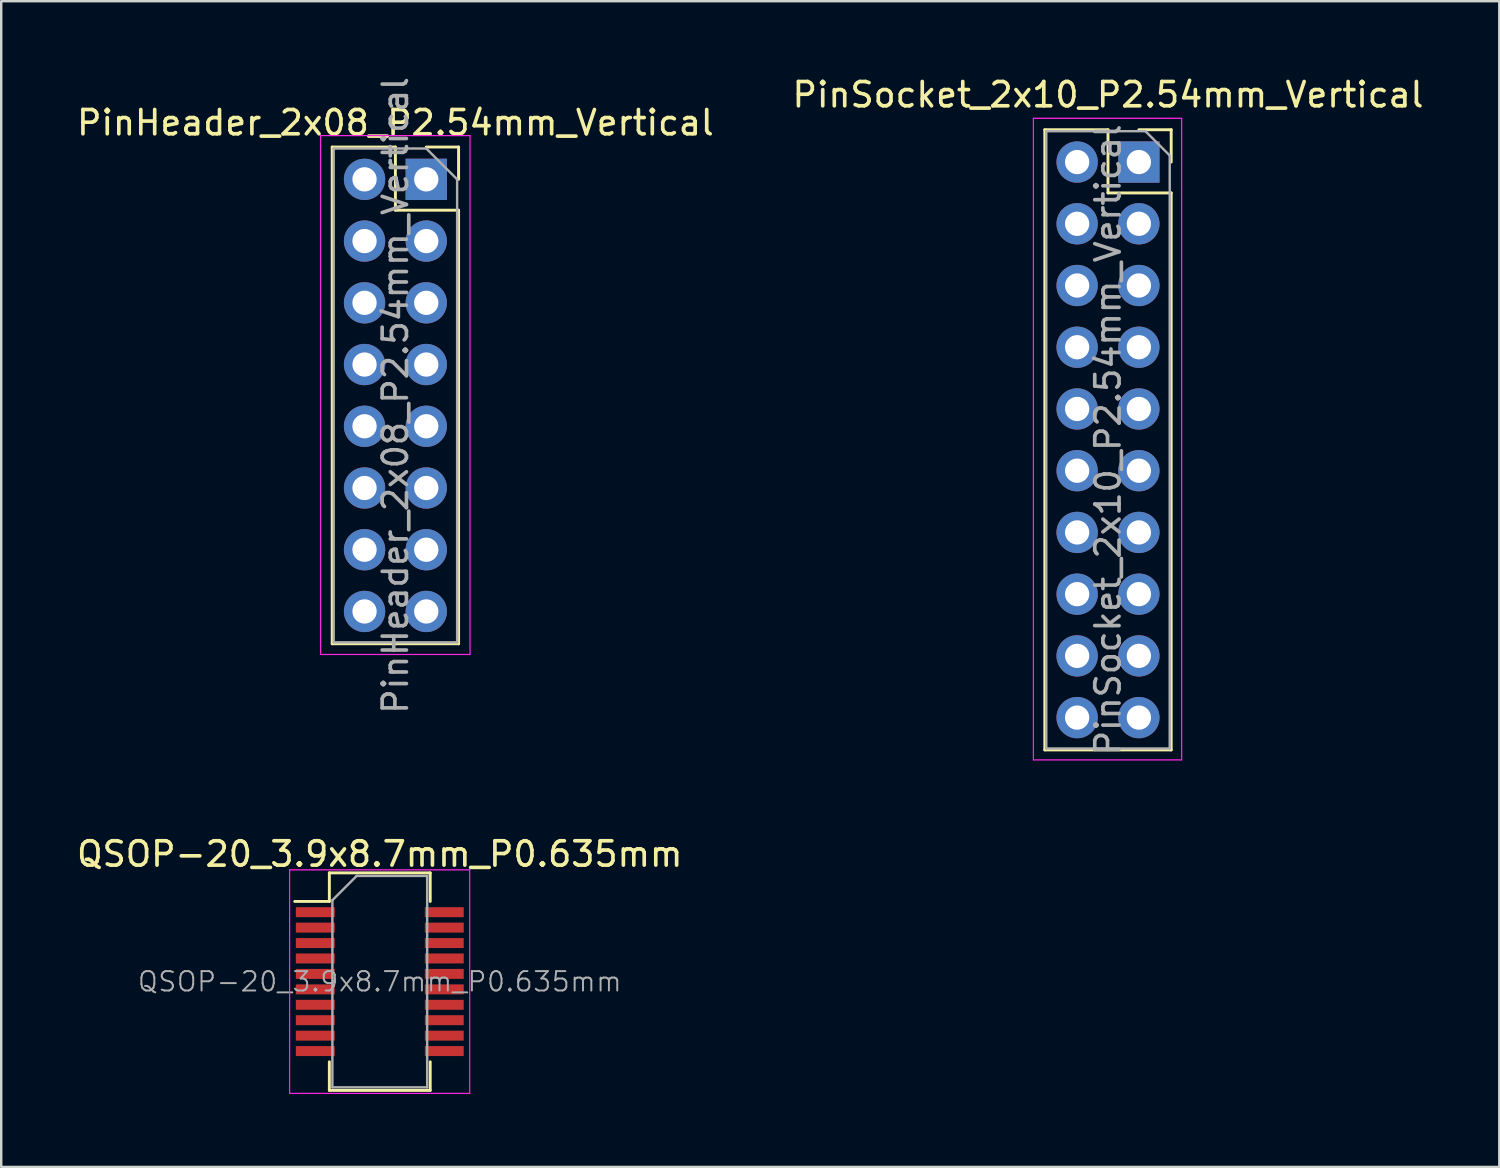
<source format=kicad_pcb>
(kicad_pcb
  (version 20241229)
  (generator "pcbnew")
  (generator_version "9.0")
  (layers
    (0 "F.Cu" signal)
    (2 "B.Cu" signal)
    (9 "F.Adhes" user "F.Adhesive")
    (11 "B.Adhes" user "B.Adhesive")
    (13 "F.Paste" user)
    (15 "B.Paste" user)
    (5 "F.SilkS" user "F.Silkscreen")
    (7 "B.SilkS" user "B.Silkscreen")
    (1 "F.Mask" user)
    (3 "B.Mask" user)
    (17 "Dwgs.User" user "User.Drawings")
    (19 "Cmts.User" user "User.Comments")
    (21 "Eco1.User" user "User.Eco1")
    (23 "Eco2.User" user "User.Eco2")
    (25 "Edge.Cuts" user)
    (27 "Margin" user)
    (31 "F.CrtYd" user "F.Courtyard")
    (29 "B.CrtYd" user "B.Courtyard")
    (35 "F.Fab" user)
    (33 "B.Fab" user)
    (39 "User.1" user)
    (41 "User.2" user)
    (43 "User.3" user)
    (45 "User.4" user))
  (footprint "PinHeader_2x08_P2.54mm_Vertical"
    (layer "F.Cu")
    (at 11.95 4.33)
    (property "Reference" "PinHeader_2x08_P2.54mm_Vertical" (at 1.27 -2.33 0) (layer "F.SilkS") (effects (font (size 1 1) (thickness 0.15))))
    (attr through_hole)
    (fp_line (start -1.33 -1.33) (end -1.33 19.11) (stroke (width 0.12) (type solid)) (layer "F.SilkS"))
    (fp_line (start 1.27 -1.33) (end -1.33 -1.33) (stroke (width 0.12) (type solid)) (layer "F.SilkS"))
    (fp_line (start 1.27 1.27) (end 1.27 -1.33) (stroke (width 0.12) (type solid)) (layer "F.SilkS"))
    (fp_line (start 3.87 -1.33) (end 2.54 -1.33) (stroke (width 0.12) (type solid)) (layer "F.SilkS"))
    (fp_line (start 3.87 0) (end 3.87 -1.33) (stroke (width 0.12) (type solid)) (layer "F.SilkS"))
    (fp_line (start 3.87 1.27) (end 1.27 1.27) (stroke (width 0.12) (type solid)) (layer "F.SilkS"))
    (fp_line (start 3.87 1.27) (end 3.87 19.11) (stroke (width 0.12) (type solid)) (layer "F.SilkS"))
    (fp_line (start 3.87 19.11) (end -1.33 19.11) (stroke (width 0.12) (type solid)) (layer "F.SilkS"))
    (fp_line (start -1.81 -1.8) (end 4.34 -1.8) (stroke (width 0.05) (type solid)) (layer "F.CrtYd"))
    (fp_line (start -1.81 19.55) (end -1.81 -1.8) (stroke (width 0.05) (type solid)) (layer "F.CrtYd"))
    (fp_line (start 4.34 -1.8) (end 4.34 19.55) (stroke (width 0.05) (type solid)) (layer "F.CrtYd"))
    (fp_line (start 4.34 19.55) (end -1.81 19.55) (stroke (width 0.05) (type solid)) (layer "F.CrtYd"))
    (fp_line (start -1.27 -1.27) (end -1.27 19.05) (stroke (width 0.1) (type solid)) (layer "F.Fab"))
    (fp_line (start -1.27 19.05) (end 3.81 19.05) (stroke (width 0.1) (type solid)) (layer "F.Fab"))
    (fp_line (start 2.54 -1.27) (end -1.27 -1.27) (stroke (width 0.1) (type solid)) (layer "F.Fab"))
    (fp_line (start 3.81 0) (end 2.54 -1.27) (stroke (width 0.1) (type solid)) (layer "F.Fab"))
    (fp_line (start 3.81 19.05) (end 3.81 0) (stroke (width 0.1) (type solid)) (layer "F.Fab"))
    (fp_text user "${REFERENCE}" (at 1.27 8.89 90) (layer "F.Fab") (effects (font (size 1 1) (thickness 0.15))))
    (pad "1" thru_hole rect (at 2.54 0) (size 1.7 1.7) (drill 1) (layers "*.Cu" "*.Mask"))
    (pad "2" thru_hole oval (at 0 0) (size 1.7 1.7) (drill 1) (layers "*.Cu" "*.Mask"))
    (pad "3" thru_hole oval (at 2.54 2.54) (size 1.7 1.7) (drill 1) (layers "*.Cu" "*.Mask"))
    (pad "4" thru_hole oval (at 0 2.54) (size 1.7 1.7) (drill 1) (layers "*.Cu" "*.Mask"))
    (pad "5" thru_hole oval (at 2.54 5.08) (size 1.7 1.7) (drill 1) (layers "*.Cu" "*.Mask"))
    (pad "6" thru_hole oval (at 0 5.08) (size 1.7 1.7) (drill 1) (layers "*.Cu" "*.Mask"))
    (pad "7" thru_hole oval (at 2.54 7.62) (size 1.7 1.7) (drill 1) (layers "*.Cu" "*.Mask"))
    (pad "8" thru_hole oval (at 0 7.62) (size 1.7 1.7) (drill 1) (layers "*.Cu" "*.Mask"))
    (pad "9" thru_hole oval (at 2.54 10.16) (size 1.7 1.7) (drill 1) (layers "*.Cu" "*.Mask"))
    (pad "10" thru_hole oval (at 0 10.16) (size 1.7 1.7) (drill 1) (layers "*.Cu" "*.Mask"))
    (pad "11" thru_hole oval (at 2.54 12.7) (size 1.7 1.7) (drill 1) (layers "*.Cu" "*.Mask"))
    (pad "12" thru_hole oval (at 0 12.7) (size 1.7 1.7) (drill 1) (layers "*.Cu" "*.Mask"))
    (pad "13" thru_hole oval (at 2.54 15.24) (size 1.7 1.7) (drill 1) (layers "*.Cu" "*.Mask"))
    (pad "14" thru_hole oval (at 0 15.24) (size 1.7 1.7) (drill 1) (layers "*.Cu" "*.Mask"))
    (pad "15" thru_hole oval (at 2.54 17.78) (size 1.7 1.7) (drill 1) (layers "*.Cu" "*.Mask"))
    (pad "16" thru_hole oval (at 0 17.78) (size 1.7 1.7) (drill 1) (layers "*.Cu" "*.Mask")))
  (footprint "QSOP-20_3.9x8.7mm_P0.635mm"
    (layer "F.Cu")
    (at 12.577 37.342)
    (property "Reference" "QSOP-20_3.9x8.7mm_P0.635mm" (at 0 -5.25 0) (layer "F.SilkS") (effects (font (size 1 1) (thickness 0.15))))
    (attr smd)
    (fp_line (start -3.5 -3.3) (end -2.075 -3.3) (stroke (width 0.12) (type solid)) (layer "F.SilkS"))
    (fp_line (start -2.075 -4.475) (end 2.075 -4.475) (stroke (width 0.12) (type solid)) (layer "F.SilkS"))
    (fp_line (start -2.075 -3.3) (end -2.075 -4.475) (stroke (width 0.12) (type solid)) (layer "F.SilkS"))
    (fp_line (start -2.075 3.3) (end -2.075 4.475) (stroke (width 0.12) (type solid)) (layer "F.SilkS"))
    (fp_line (start -2.075 4.475) (end 2.075 4.475) (stroke (width 0.12) (type solid)) (layer "F.SilkS"))
    (fp_line (start 2.075 -3.3) (end 2.075 -4.475) (stroke (width 0.12) (type solid)) (layer "F.SilkS"))
    (fp_line (start 2.075 3.3) (end 2.075 4.475) (stroke (width 0.12) (type solid)) (layer "F.SilkS"))
    (fp_line (start -3.71 -4.6) (end -3.71 4.6) (stroke (width 0.05) (type solid)) (layer "F.CrtYd"))
    (fp_line (start -3.71 -4.6) (end 3.7 -4.6) (stroke (width 0.05) (type solid)) (layer "F.CrtYd"))
    (fp_line (start -3.71 4.6) (end 3.7 4.6) (stroke (width 0.05) (type solid)) (layer "F.CrtYd"))
    (fp_line (start 3.7 -4.6) (end 3.7 4.6) (stroke (width 0.05) (type solid)) (layer "F.CrtYd"))
    (fp_line (start -1.95 -3.35) (end -0.95 -4.35) (stroke (width 0.1) (type solid)) (layer "F.Fab"))
    (fp_line (start -1.95 4.35) (end -1.95 -3.35) (stroke (width 0.1) (type solid)) (layer "F.Fab"))
    (fp_line (start -0.95 -4.35) (end 1.95 -4.35) (stroke (width 0.1) (type solid)) (layer "F.Fab"))
    (fp_line (start 1.95 -4.35) (end 1.95 4.35) (stroke (width 0.1) (type solid)) (layer "F.Fab"))
    (fp_line (start 1.95 4.35) (end -1.95 4.35) (stroke (width 0.1) (type solid)) (layer "F.Fab"))
    (fp_text user "${REFERENCE}" (at 0 0 0) (layer "F.Fab") (effects (font (size 0.8 0.8) (thickness 0.08))))
    (pad "1" smd rect (at -2.654 -2.857) (size 1.6 0.41) (layers "F.Cu" "F.Mask" "F.Paste"))
    (pad "2" smd rect (at -2.654 -2.223) (size 1.6 0.41) (layers "F.Cu" "F.Mask" "F.Paste"))
    (pad "3" smd rect (at -2.654 -1.587) (size 1.6 0.41) (layers "F.Cu" "F.Mask" "F.Paste"))
    (pad "4" smd rect (at -2.654 -0.953) (size 1.6 0.41) (layers "F.Cu" "F.Mask" "F.Paste"))
    (pad "5" smd rect (at -2.654 -0.318) (size 1.6 0.41) (layers "F.Cu" "F.Mask" "F.Paste"))
    (pad "6" smd rect (at -2.654 0.318) (size 1.6 0.41) (layers "F.Cu" "F.Mask" "F.Paste"))
    (pad "7" smd rect (at -2.654 0.953) (size 1.6 0.41) (layers "F.Cu" "F.Mask" "F.Paste"))
    (pad "8" smd rect (at -2.654 1.587) (size 1.6 0.41) (layers "F.Cu" "F.Mask" "F.Paste"))
    (pad "9" smd rect (at -2.654 2.223) (size 1.6 0.41) (layers "F.Cu" "F.Mask" "F.Paste"))
    (pad "10" smd rect (at -2.654 2.857) (size 1.6 0.41) (layers "F.Cu" "F.Mask" "F.Paste"))
    (pad "11" smd rect (at 2.654 2.857) (size 1.6 0.41) (layers "F.Cu" "F.Mask" "F.Paste"))
    (pad "12" smd rect (at 2.654 2.223) (size 1.6 0.41) (layers "F.Cu" "F.Mask" "F.Paste"))
    (pad "13" smd rect (at 2.654 1.587) (size 1.6 0.41) (layers "F.Cu" "F.Mask" "F.Paste"))
    (pad "14" smd rect (at 2.654 0.953) (size 1.6 0.41) (layers "F.Cu" "F.Mask" "F.Paste"))
    (pad "15" smd rect (at 2.654 0.318) (size 1.6 0.41) (layers "F.Cu" "F.Mask" "F.Paste"))
    (pad "16" smd rect (at 2.654 -0.318) (size 1.6 0.41) (layers "F.Cu" "F.Mask" "F.Paste"))
    (pad "17" smd rect (at 2.654 -0.953) (size 1.6 0.41) (layers "F.Cu" "F.Mask" "F.Paste"))
    (pad "18" smd rect (at 2.654 -1.587) (size 1.6 0.41) (layers "F.Cu" "F.Mask" "F.Paste"))
    (pad "19" smd rect (at 2.654 -2.223) (size 1.6 0.41) (layers "F.Cu" "F.Mask" "F.Paste"))
    (pad "20" smd rect (at 2.654 -2.857) (size 1.6 0.41) (layers "F.Cu" "F.Mask" "F.Paste")))
  (footprint "PinSocket_2x10_P2.54mm_Vertical"
    (layer "F.Cu")
    (at 43.812 3.618)
    (property "Reference" "PinSocket_2x10_P2.54mm_Vertical" (at -1.27 -2.77 0) (layer "F.SilkS") (effects (font (size 1 1) (thickness 0.15))))
    (attr through_hole)
    (fp_line (start -3.87 -1.33) (end -3.87 24.19) (stroke (width 0.12) (type solid)) (layer "F.SilkS"))
    (fp_line (start -3.87 -1.33) (end -1.27 -1.33) (stroke (width 0.12) (type solid)) (layer "F.SilkS"))
    (fp_line (start -3.87 24.19) (end 1.33 24.19) (stroke (width 0.12) (type solid)) (layer "F.SilkS"))
    (fp_line (start -1.27 -1.33) (end -1.27 1.27) (stroke (width 0.12) (type solid)) (layer "F.SilkS"))
    (fp_line (start -1.27 1.27) (end 1.33 1.27) (stroke (width 0.12) (type solid)) (layer "F.SilkS"))
    (fp_line (start 0 -1.33) (end 1.33 -1.33) (stroke (width 0.12) (type solid)) (layer "F.SilkS"))
    (fp_line (start 1.33 -1.33) (end 1.33 0) (stroke (width 0.12) (type solid)) (layer "F.SilkS"))
    (fp_line (start 1.33 1.27) (end 1.33 24.19) (stroke (width 0.12) (type solid)) (layer "F.SilkS"))
    (fp_line (start -4.34 -1.8) (end 1.76 -1.8) (stroke (width 0.05) (type solid)) (layer "F.CrtYd"))
    (fp_line (start -4.34 24.6) (end -4.34 -1.8) (stroke (width 0.05) (type solid)) (layer "F.CrtYd"))
    (fp_line (start 1.76 -1.8) (end 1.76 24.6) (stroke (width 0.05) (type solid)) (layer "F.CrtYd"))
    (fp_line (start 1.76 24.6) (end -4.34 24.6) (stroke (width 0.05) (type solid)) (layer "F.CrtYd"))
    (fp_line (start -3.81 -1.27) (end 0.27 -1.27) (stroke (width 0.1) (type solid)) (layer "F.Fab"))
    (fp_line (start -3.81 24.13) (end -3.81 -1.27) (stroke (width 0.1) (type solid)) (layer "F.Fab"))
    (fp_line (start 0.27 -1.27) (end 1.27 -0.27) (stroke (width 0.1) (type solid)) (layer "F.Fab"))
    (fp_line (start 1.27 -0.27) (end 1.27 24.13) (stroke (width 0.1) (type solid)) (layer "F.Fab"))
    (fp_line (start 1.27 24.13) (end -3.81 24.13) (stroke (width 0.1) (type solid)) (layer "F.Fab"))
    (fp_text user "${REFERENCE}" (at -1.27 11.43 90) (layer "F.Fab") (effects (font (size 1 1) (thickness 0.15))))
    (pad "1" thru_hole rect (at 0 0) (size 1.7 1.7) (drill 1) (layers "*.Cu" "*.Mask"))
    (pad "2" thru_hole oval (at -2.54 0) (size 1.7 1.7) (drill 1) (layers "*.Cu" "*.Mask"))
    (pad "3" thru_hole oval (at 0 2.54) (size 1.7 1.7) (drill 1) (layers "*.Cu" "*.Mask"))
    (pad "4" thru_hole oval (at -2.54 2.54) (size 1.7 1.7) (drill 1) (layers "*.Cu" "*.Mask"))
    (pad "5" thru_hole oval (at 0 5.08) (size 1.7 1.7) (drill 1) (layers "*.Cu" "*.Mask"))
    (pad "6" thru_hole oval (at -2.54 5.08) (size 1.7 1.7) (drill 1) (layers "*.Cu" "*.Mask"))
    (pad "7" thru_hole oval (at 0 7.62) (size 1.7 1.7) (drill 1) (layers "*.Cu" "*.Mask"))
    (pad "8" thru_hole oval (at -2.54 7.62) (size 1.7 1.7) (drill 1) (layers "*.Cu" "*.Mask"))
    (pad "9" thru_hole oval (at 0 10.16) (size 1.7 1.7) (drill 1) (layers "*.Cu" "*.Mask"))
    (pad "10" thru_hole oval (at -2.54 10.16) (size 1.7 1.7) (drill 1) (layers "*.Cu" "*.Mask"))
    (pad "11" thru_hole oval (at 0 12.7) (size 1.7 1.7) (drill 1) (layers "*.Cu" "*.Mask"))
    (pad "12" thru_hole oval (at -2.54 12.7) (size 1.7 1.7) (drill 1) (layers "*.Cu" "*.Mask"))
    (pad "13" thru_hole oval (at 0 15.24) (size 1.7 1.7) (drill 1) (layers "*.Cu" "*.Mask"))
    (pad "14" thru_hole oval (at -2.54 15.24) (size 1.7 1.7) (drill 1) (layers "*.Cu" "*.Mask"))
    (pad "15" thru_hole oval (at 0 17.78) (size 1.7 1.7) (drill 1) (layers "*.Cu" "*.Mask"))
    (pad "16" thru_hole oval (at -2.54 17.78) (size 1.7 1.7) (drill 1) (layers "*.Cu" "*.Mask"))
    (pad "17" thru_hole oval (at 0 20.32) (size 1.7 1.7) (drill 1) (layers "*.Cu" "*.Mask"))
    (pad "18" thru_hole oval (at -2.54 20.32) (size 1.7 1.7) (drill 1) (layers "*.Cu" "*.Mask"))
    (pad "19" thru_hole oval (at 0 22.86) (size 1.7 1.7) (drill 1) (layers "*.Cu" "*.Mask"))
    (pad "20" thru_hole oval (at -2.54 22.86) (size 1.7 1.7) (drill 1) (layers "*.Cu" "*.Mask")))
  (gr_rect
    (start -3 -3)
    (end 58.643 44.967)
    (stroke (width 0.1) (type default))
    (fill no)
    (layer "Edge.Cuts")))
</source>
